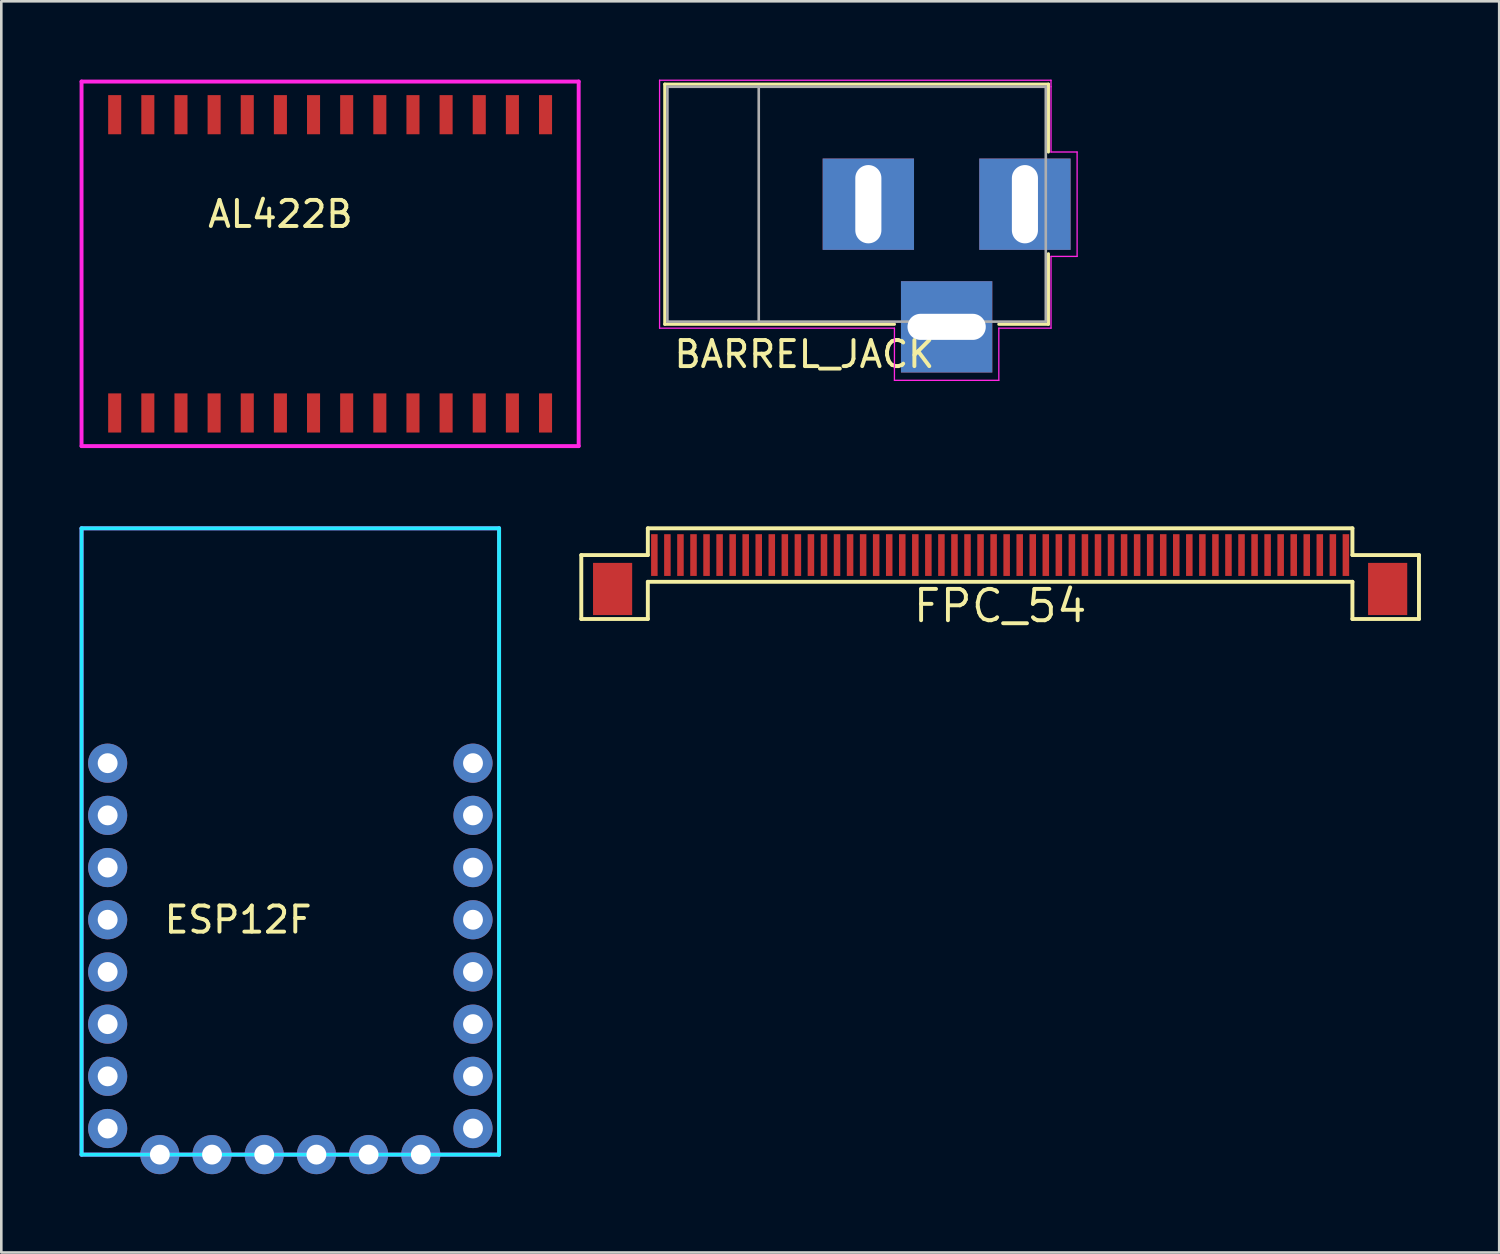
<source format=kicad_pcb>
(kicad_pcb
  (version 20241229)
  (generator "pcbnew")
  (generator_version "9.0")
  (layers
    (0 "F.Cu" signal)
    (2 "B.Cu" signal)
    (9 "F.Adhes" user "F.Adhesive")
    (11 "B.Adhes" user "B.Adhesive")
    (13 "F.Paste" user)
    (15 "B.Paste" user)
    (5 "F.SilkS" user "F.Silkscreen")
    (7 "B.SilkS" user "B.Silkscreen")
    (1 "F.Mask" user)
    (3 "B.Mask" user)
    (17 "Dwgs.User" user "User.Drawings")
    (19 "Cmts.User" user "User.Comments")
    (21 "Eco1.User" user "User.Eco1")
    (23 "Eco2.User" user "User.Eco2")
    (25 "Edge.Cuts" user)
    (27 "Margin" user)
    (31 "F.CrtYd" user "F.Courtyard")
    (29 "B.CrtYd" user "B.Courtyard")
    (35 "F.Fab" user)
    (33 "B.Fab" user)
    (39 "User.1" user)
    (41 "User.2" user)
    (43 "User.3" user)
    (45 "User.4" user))
  (footprint "ESP12F"
    (layer "F.Cu")
    (at 8.075 34.195)
    (property "Reference" "ESP12F" (at -2 -2 0) (layer "F.SilkS") (effects (font (size 1 1) (thickness 0.15))))
    (attr through_hole)
    (fp_line (start -8 -17) (end 8 -17) (stroke (width 0.15) (type solid)) (layer "B.CrtYd"))
    (fp_line (start -8 7) (end -8 -17) (stroke (width 0.15) (type solid)) (layer "B.CrtYd"))
    (fp_line (start 8 -17) (end 8 7) (stroke (width 0.15) (type solid)) (layer "B.CrtYd"))
    (fp_line (start 8 7) (end -8 7) (stroke (width 0.15) (type solid)) (layer "B.CrtYd"))
    (fp_line (start -8 -17) (end 8 -17) (stroke (width 0.15) (type solid)) (layer "F.CrtYd"))
    (fp_line (start -8 7) (end -8 -17) (stroke (width 0.15) (type solid)) (layer "F.CrtYd"))
    (fp_line (start 8 -17) (end 8 7) (stroke (width 0.15) (type solid)) (layer "F.CrtYd"))
    (fp_line (start 8 7) (end -8 7) (stroke (width 0.15) (type solid)) (layer "F.CrtYd"))
    (pad "1" thru_hole circle (at -7 -8) (size 1.5 1.5) (drill 0.762) (layers "*.Cu" "*.Mask"))
    (pad "2" thru_hole circle (at -7 -6) (size 1.5 1.5) (drill 0.762) (layers "*.Cu" "*.Mask"))
    (pad "3" thru_hole circle (at -7 -4) (size 1.5 1.5) (drill 0.762) (layers "*.Cu" "*.Mask"))
    (pad "4" thru_hole circle (at -7 -2) (size 1.5 1.5) (drill 0.762) (layers "*.Cu" "*.Mask"))
    (pad "5" thru_hole circle (at -7 0) (size 1.5 1.5) (drill 0.762) (layers "*.Cu" "*.Mask"))
    (pad "6" thru_hole circle (at -7 2) (size 1.5 1.5) (drill 0.762) (layers "*.Cu" "*.Mask"))
    (pad "7" thru_hole circle (at -7 4) (size 1.5 1.5) (drill 0.762) (layers "*.Cu" "*.Mask"))
    (pad "8" thru_hole circle (at -7 6) (size 1.5 1.5) (drill 0.762) (layers "*.Cu" "*.Mask"))
    (pad "9" thru_hole circle (at -5 7) (size 1.5 1.5) (drill 0.762) (layers "*.Cu" "*.Mask"))
    (pad "10" thru_hole circle (at -3 7) (size 1.5 1.5) (drill 0.762) (layers "*.Cu" "*.Mask"))
    (pad "11" thru_hole circle (at -1 7) (size 1.5 1.5) (drill 0.762) (layers "*.Cu" "*.Mask"))
    (pad "12" thru_hole circle (at 1 7) (size 1.5 1.5) (drill 0.762) (layers "*.Cu" "*.Mask"))
    (pad "13" thru_hole circle (at 3 7) (size 1.5 1.5) (drill 0.762) (layers "*.Cu" "*.Mask"))
    (pad "14" thru_hole circle (at 5 7) (size 1.5 1.5) (drill 0.762) (layers "*.Cu" "*.Mask"))
    (pad "15" thru_hole circle (at 7 6) (size 1.5 1.5) (drill 0.762) (layers "*.Cu" "*.Mask"))
    (pad "16" thru_hole circle (at 7 4) (size 1.5 1.5) (drill 0.762) (layers "*.Cu" "*.Mask"))
    (pad "17" thru_hole circle (at 7 2) (size 1.5 1.5) (drill 0.762) (layers "*.Cu" "*.Mask"))
    (pad "18" thru_hole circle (at 7 0) (size 1.5 1.5) (drill 0.762) (layers "*.Cu" "*.Mask"))
    (pad "19" thru_hole circle (at 7 -2) (size 1.5 1.5) (drill 0.762) (layers "*.Cu" "*.Mask"))
    (pad "20" thru_hole circle (at 7 -4) (size 1.5 1.5) (drill 0.762) (layers "*.Cu" "*.Mask"))
    (pad "21" thru_hole circle (at 7 -6) (size 1.5 1.5) (drill 0.762) (layers "*.Cu" "*.Mask"))
    (pad "22" thru_hole circle (at 7 -8) (size 1.5 1.5) (drill 0.762) (layers "*.Cu" "*.Mask")))
  (footprint "AL422B"
    (layer "F.Cu")
    (at 8.965 7.695)
    (property "Reference" "AL422B" (at -1.27 -2.54 0) (layer "F.SilkS") (effects (font (size 1 1) (thickness 0.15))))
    (attr through_hole)
    (fp_line (start -8.89 -7.62) (end -8.89 6.35) (stroke (width 0.15) (type solid)) (layer "F.CrtYd"))
    (fp_line (start -8.89 6.35) (end 10.16 6.35) (stroke (width 0.15) (type solid)) (layer "F.CrtYd"))
    (fp_line (start 10.16 -7.62) (end -8.89 -7.62) (stroke (width 0.15) (type solid)) (layer "F.CrtYd"))
    (fp_line (start 10.16 6.35) (end 10.16 -7.62) (stroke (width 0.15) (type solid)) (layer "F.CrtYd"))
    (pad "1" smd rect (at -7.62 5.08) (size 0.5 1.5) (layers "F.Cu" "F.Mask" "F.Paste"))
    (pad "2" smd rect (at -6.35 5.08) (size 0.5 1.5) (layers "F.Cu" "F.Mask" "F.Paste"))
    (pad "3" smd rect (at -5.08 5.08) (size 0.5 1.5) (layers "F.Cu" "F.Mask" "F.Paste"))
    (pad "4" smd rect (at -3.81 5.08) (size 0.5 1.5) (layers "F.Cu" "F.Mask" "F.Paste"))
    (pad "5" smd rect (at -2.54 5.08) (size 0.5 1.5) (layers "F.Cu" "F.Mask" "F.Paste"))
    (pad "6" smd rect (at -1.27 5.08) (size 0.5 1.5) (layers "F.Cu" "F.Mask" "F.Paste"))
    (pad "7" smd rect (at 0 5.08) (size 0.5 1.5) (layers "F.Cu" "F.Mask" "F.Paste"))
    (pad "8" smd rect (at 1.27 5.08) (size 0.5 1.5) (layers "F.Cu" "F.Mask" "F.Paste"))
    (pad "9" smd rect (at 2.54 5.08) (size 0.5 1.5) (layers "F.Cu" "F.Mask" "F.Paste"))
    (pad "10" smd rect (at 3.81 5.08) (size 0.5 1.5) (layers "F.Cu" "F.Mask" "F.Paste"))
    (pad "11" smd rect (at 5.08 5.08) (size 0.5 1.5) (layers "F.Cu" "F.Mask" "F.Paste"))
    (pad "12" smd rect (at 6.35 5.08) (size 0.5 1.5) (layers "F.Cu" "F.Mask" "F.Paste"))
    (pad "13" smd rect (at 7.62 5.08) (size 0.5 1.5) (layers "F.Cu" "F.Mask" "F.Paste"))
    (pad "14" smd rect (at 8.89 5.08) (size 0.5 1.5) (layers "F.Cu" "F.Mask" "F.Paste"))
    (pad "15" smd rect (at 8.89 -6.35) (size 0.5 1.5) (layers "F.Cu" "F.Mask" "F.Paste"))
    (pad "16" smd rect (at 7.62 -6.35) (size 0.5 1.5) (layers "F.Cu" "F.Mask" "F.Paste"))
    (pad "17" smd rect (at 6.35 -6.35) (size 0.5 1.5) (layers "F.Cu" "F.Mask" "F.Paste"))
    (pad "18" smd rect (at 5.08 -6.35) (size 0.5 1.5) (layers "F.Cu" "F.Mask" "F.Paste"))
    (pad "19" smd rect (at 3.81 -6.35) (size 0.5 1.5) (layers "F.Cu" "F.Mask" "F.Paste"))
    (pad "20" smd rect (at 2.54 -6.35) (size 0.5 1.5) (layers "F.Cu" "F.Mask" "F.Paste"))
    (pad "21" smd rect (at 1.27 -6.35) (size 0.5 1.5) (layers "F.Cu" "F.Mask" "F.Paste"))
    (pad "22" smd rect (at 0 -6.35) (size 0.5 1.5) (layers "F.Cu" "F.Mask" "F.Paste"))
    (pad "23" smd rect (at -1.27 -6.35) (size 0.5 1.5) (layers "F.Cu" "F.Mask" "F.Paste"))
    (pad "24" smd rect (at -2.54 -6.35) (size 0.5 1.5) (layers "F.Cu" "F.Mask" "F.Paste"))
    (pad "25" smd rect (at -3.81 -6.35) (size 0.5 1.5) (layers "F.Cu" "F.Mask" "F.Paste"))
    (pad "26" smd rect (at -5.08 -6.35) (size 0.5 1.5) (layers "F.Cu" "F.Mask" "F.Paste"))
    (pad "27" smd rect (at -6.35 -6.35) (size 0.5 1.5) (layers "F.Cu" "F.Mask" "F.Paste"))
    (pad "28" smd rect (at -7.62 -6.35) (size 0.5 1.5) (layers "F.Cu" "F.Mask" "F.Paste")))
  (footprint "BARREL_JACK"
    (layer "F.Cu")
    (at 36.225 4.775)
    (property "Reference" "BARREL_JACK" (at -8.45 5.75 0) (layer "F.SilkS") (effects (font (size 1 1) (thickness 0.15))))
    (attr through_hole)
    (fp_line (start -13.8 -4.6) (end 0.9 -4.6) (stroke (width 0.12) (type solid)) (layer "F.SilkS"))
    (fp_line (start -13.8 4.6) (end -13.8 -4.6) (stroke (width 0.12) (type solid)) (layer "F.SilkS"))
    (fp_line (start -5 4.6) (end -13.8 4.6) (stroke (width 0.12) (type solid)) (layer "F.SilkS"))
    (fp_line (start 0.9 -4.6) (end 0.9 -2) (stroke (width 0.12) (type solid)) (layer "F.SilkS"))
    (fp_line (start 0.9 1.9) (end 0.9 4.6) (stroke (width 0.12) (type solid)) (layer "F.SilkS"))
    (fp_line (start 0.9 4.6) (end -1 4.6) (stroke (width 0.12) (type solid)) (layer "F.SilkS"))
    (fp_line (start -14 4.75) (end -14 -4.75) (stroke (width 0.05) (type solid)) (layer "F.CrtYd"))
    (fp_line (start -5 4.75) (end -14 4.75) (stroke (width 0.05) (type solid)) (layer "F.CrtYd"))
    (fp_line (start -5 6.75) (end -5 4.75) (stroke (width 0.05) (type solid)) (layer "F.CrtYd"))
    (fp_line (start -1 4.75) (end -1 6.75) (stroke (width 0.05) (type solid)) (layer "F.CrtYd"))
    (fp_line (start -1 6.75) (end -5 6.75) (stroke (width 0.05) (type solid)) (layer "F.CrtYd"))
    (fp_line (start 1 -4.75) (end -14 -4.75) (stroke (width 0.05) (type solid)) (layer "F.CrtYd"))
    (fp_line (start 1 -4.5) (end 1 -4.75) (stroke (width 0.05) (type solid)) (layer "F.CrtYd"))
    (fp_line (start 1 -4.5) (end 1 -2) (stroke (width 0.05) (type solid)) (layer "F.CrtYd"))
    (fp_line (start 1 -2) (end 2 -2) (stroke (width 0.05) (type solid)) (layer "F.CrtYd"))
    (fp_line (start 1 2) (end 1 4.75) (stroke (width 0.05) (type solid)) (layer "F.CrtYd"))
    (fp_line (start 1 4.75) (end -1 4.75) (stroke (width 0.05) (type solid)) (layer "F.CrtYd"))
    (fp_line (start 2 -2) (end 2 2) (stroke (width 0.05) (type solid)) (layer "F.CrtYd"))
    (fp_line (start 2 2) (end 1 2) (stroke (width 0.05) (type solid)) (layer "F.CrtYd"))
    (fp_line (start -13.7 -4.5) (end -13.7 4.5) (stroke (width 0.1) (type solid)) (layer "F.Fab"))
    (fp_line (start -13.7 4.5) (end 0.8 4.5) (stroke (width 0.1) (type solid)) (layer "F.Fab"))
    (fp_line (start -10.2 -4.5) (end -10.2 4.5) (stroke (width 0.1) (type solid)) (layer "F.Fab"))
    (fp_line (start 0.8 -4.5) (end -13.7 -4.5) (stroke (width 0.1) (type solid)) (layer "F.Fab"))
    (fp_line (start 0.8 4.5) (end 0.8 -4.5) (stroke (width 0.1) (type solid)) (layer "F.Fab"))
    (pad "1" thru_hole rect (at 0 0) (size 3.5 3.5) (drill oval 1 3) (layers "*.Cu" "*.Mask"))
    (pad "2" thru_hole rect (at -6 0) (size 3.5 3.5) (drill oval 1 3) (layers "*.Cu" "*.Mask"))
    (pad "3" thru_hole rect (at -3 4.7) (size 3.5 3.5) (drill oval 3 1) (layers "*.Cu" "*.Mask")))
  (footprint "FPC_54"
    (layer "F.Cu")
    (at 35.275 18.22)
    (property "Reference" "FPC_54" (at 0 1.95 0) (layer "F.SilkS") (effects (font (size 1.2 1.2) (thickness 0.15))))
    (attr through_hole)
    (fp_line (start -16.05 0) (end -13.5 0) (stroke (width 0.15) (type solid)) (layer "F.SilkS"))
    (fp_line (start -16.05 2.45) (end -16.05 0) (stroke (width 0.15) (type solid)) (layer "F.SilkS"))
    (fp_line (start -13.5 -1.025) (end 13.5 -1.025) (stroke (width 0.15) (type solid)) (layer "F.SilkS"))
    (fp_line (start -13.5 0) (end -13.5 -1.025) (stroke (width 0.15) (type solid)) (layer "F.SilkS"))
    (fp_line (start -13.5 1.025) (end -13.5 2.45) (stroke (width 0.15) (type solid)) (layer "F.SilkS"))
    (fp_line (start -13.5 1.025) (end 13.5 1.025) (stroke (width 0.15) (type solid)) (layer "F.SilkS"))
    (fp_line (start -13.5 2.45) (end -16.05 2.45) (stroke (width 0.15) (type solid)) (layer "F.SilkS"))
    (fp_line (start 13.5 0) (end 13.5 -1.025) (stroke (width 0.15) (type solid)) (layer "F.SilkS"))
    (fp_line (start 13.5 1.025) (end 13.5 2.45) (stroke (width 0.15) (type solid)) (layer "F.SilkS"))
    (fp_line (start 13.5 2.45) (end 16.05 2.45) (stroke (width 0.15) (type solid)) (layer "F.SilkS"))
    (fp_line (start 16.05 0) (end 13.5 0) (stroke (width 0.15) (type solid)) (layer "F.SilkS"))
    (fp_line (start 16.05 2.45) (end 16.05 0) (stroke (width 0.15) (type solid)) (layer "F.SilkS"))
    (pad "0" smd rect (at -14.85 1.3) (size 1.5 2) (layers "F.Cu" "F.Mask" "F.Paste"))
    (pad "0" smd rect (at 14.85 1.3) (size 1.5 2) (layers "F.Cu" "F.Mask" "F.Paste"))
    (pad "1" smd rect (at -13.25 0) (size 0.25 1.6) (layers "F.Cu" "F.Mask" "F.Paste"))
    (pad "2" smd rect (at -12.75 0) (size 0.25 1.6) (layers "F.Cu" "F.Mask" "F.Paste"))
    (pad "3" smd rect (at -12.25 0) (size 0.25 1.6) (layers "F.Cu" "F.Mask" "F.Paste"))
    (pad "4" smd rect (at -11.75 0) (size 0.25 1.6) (layers "F.Cu" "F.Mask" "F.Paste"))
    (pad "5" smd rect (at -11.25 0) (size 0.25 1.6) (layers "F.Cu" "F.Mask" "F.Paste"))
    (pad "6" smd rect (at -10.75 0) (size 0.25 1.6) (layers "F.Cu" "F.Mask" "F.Paste"))
    (pad "7" smd rect (at -10.25 0) (size 0.25 1.6) (layers "F.Cu" "F.Mask" "F.Paste"))
    (pad "8" smd rect (at -9.75 0) (size 0.25 1.6) (layers "F.Cu" "F.Mask" "F.Paste"))
    (pad "9" smd rect (at -9.25 0) (size 0.25 1.6) (layers "F.Cu" "F.Mask" "F.Paste"))
    (pad "10" smd rect (at -8.75 0) (size 0.25 1.6) (layers "F.Cu" "F.Mask" "F.Paste"))
    (pad "11" smd rect (at -8.25 0) (size 0.25 1.6) (layers "F.Cu" "F.Mask" "F.Paste"))
    (pad "12" smd rect (at -7.75 0) (size 0.25 1.6) (layers "F.Cu" "F.Mask" "F.Paste"))
    (pad "13" smd rect (at -7.25 0) (size 0.25 1.6) (layers "F.Cu" "F.Mask" "F.Paste"))
    (pad "14" smd rect (at -6.75 0) (size 0.25 1.6) (layers "F.Cu" "F.Mask" "F.Paste"))
    (pad "15" smd rect (at -6.25 0) (size 0.25 1.6) (layers "F.Cu" "F.Mask" "F.Paste"))
    (pad "16" smd rect (at -5.75 0) (size 0.25 1.6) (layers "F.Cu" "F.Mask" "F.Paste"))
    (pad "17" smd rect (at -5.25 0) (size 0.25 1.6) (layers "F.Cu" "F.Mask" "F.Paste"))
    (pad "18" smd rect (at -4.75 0) (size 0.25 1.6) (layers "F.Cu" "F.Mask" "F.Paste"))
    (pad "19" smd rect (at -4.25 0) (size 0.25 1.6) (layers "F.Cu" "F.Mask" "F.Paste"))
    (pad "20" smd rect (at -3.75 0) (size 0.25 1.6) (layers "F.Cu" "F.Mask" "F.Paste"))
    (pad "21" smd rect (at -3.25 0) (size 0.25 1.6) (layers "F.Cu" "F.Mask" "F.Paste"))
    (pad "22" smd rect (at -2.75 0) (size 0.25 1.6) (layers "F.Cu" "F.Mask" "F.Paste"))
    (pad "23" smd rect (at -2.25 0) (size 0.25 1.6) (layers "F.Cu" "F.Mask" "F.Paste"))
    (pad "24" smd rect (at -1.75 0) (size 0.25 1.6) (layers "F.Cu" "F.Mask" "F.Paste"))
    (pad "25" smd rect (at -1.25 0) (size 0.25 1.6) (layers "F.Cu" "F.Mask" "F.Paste"))
    (pad "26" smd rect (at -0.75 0) (size 0.25 1.6) (layers "F.Cu" "F.Mask" "F.Paste"))
    (pad "27" smd rect (at -0.25 0) (size 0.25 1.6) (layers "F.Cu" "F.Mask" "F.Paste"))
    (pad "28" smd rect (at 0.25 0) (size 0.25 1.6) (layers "F.Cu" "F.Mask" "F.Paste"))
    (pad "29" smd rect (at 0.75 0) (size 0.25 1.6) (layers "F.Cu" "F.Mask" "F.Paste"))
    (pad "30" smd rect (at 1.25 0) (size 0.25 1.6) (layers "F.Cu" "F.Mask" "F.Paste"))
    (pad "31" smd rect (at 1.75 0) (size 0.25 1.6) (layers "F.Cu" "F.Mask" "F.Paste"))
    (pad "32" smd rect (at 2.25 0) (size 0.25 1.6) (layers "F.Cu" "F.Mask" "F.Paste"))
    (pad "33" smd rect (at 2.75 0) (size 0.25 1.6) (layers "F.Cu" "F.Mask" "F.Paste"))
    (pad "34" smd rect (at 3.25 0) (size 0.25 1.6) (layers "F.Cu" "F.Mask" "F.Paste"))
    (pad "35" smd rect (at 3.75 0) (size 0.25 1.6) (layers "F.Cu" "F.Mask" "F.Paste"))
    (pad "36" smd rect (at 4.25 0) (size 0.25 1.6) (layers "F.Cu" "F.Mask" "F.Paste"))
    (pad "37" smd rect (at 4.75 0) (size 0.25 1.6) (layers "F.Cu" "F.Mask" "F.Paste"))
    (pad "38" smd rect (at 5.25 0) (size 0.25 1.6) (layers "F.Cu" "F.Mask" "F.Paste"))
    (pad "39" smd rect (at 5.75 0) (size 0.25 1.6) (layers "F.Cu" "F.Mask" "F.Paste"))
    (pad "40" smd rect (at 6.25 0) (size 0.25 1.6) (layers "F.Cu" "F.Mask" "F.Paste"))
    (pad "41" smd rect (at 6.75 0) (size 0.25 1.6) (layers "F.Cu" "F.Mask" "F.Paste"))
    (pad "42" smd rect (at 7.25 0) (size 0.25 1.6) (layers "F.Cu" "F.Mask" "F.Paste"))
    (pad "43" smd rect (at 7.75 0) (size 0.25 1.6) (layers "F.Cu" "F.Mask" "F.Paste"))
    (pad "44" smd rect (at 8.25 0) (size 0.25 1.6) (layers "F.Cu" "F.Mask" "F.Paste"))
    (pad "45" smd rect (at 8.75 0) (size 0.25 1.6) (layers "F.Cu" "F.Mask" "F.Paste"))
    (pad "46" smd rect (at 9.25 0) (size 0.25 1.6) (layers "F.Cu" "F.Mask" "F.Paste"))
    (pad "47" smd rect (at 9.75 0) (size 0.25 1.6) (layers "F.Cu" "F.Mask" "F.Paste"))
    (pad "48" smd rect (at 10.25 0) (size 0.25 1.6) (layers "F.Cu" "F.Mask" "F.Paste"))
    (pad "49" smd rect (at 10.75 0) (size 0.25 1.6) (layers "F.Cu" "F.Mask" "F.Paste"))
    (pad "50" smd rect (at 11.25 0) (size 0.25 1.6) (layers "F.Cu" "F.Mask" "F.Paste"))
    (pad "51" smd rect (at 11.75 0) (size 0.25 1.6) (layers "F.Cu" "F.Mask" "F.Paste"))
    (pad "52" smd rect (at 12.25 0) (size 0.25 1.6) (layers "F.Cu" "F.Mask" "F.Paste"))
    (pad "53" smd rect (at 12.75 0) (size 0.25 1.6) (layers "F.Cu" "F.Mask" "F.Paste"))
    (pad "54" smd rect (at 13.25 0) (size 0.25 1.6) (layers "F.Cu" "F.Mask" "F.Paste")))
  (gr_rect
    (start -3 -3)
    (end 54.4 44.945)
    (stroke (width 0.1) (type default))
    (fill no)
    (layer "Edge.Cuts")))
</source>
